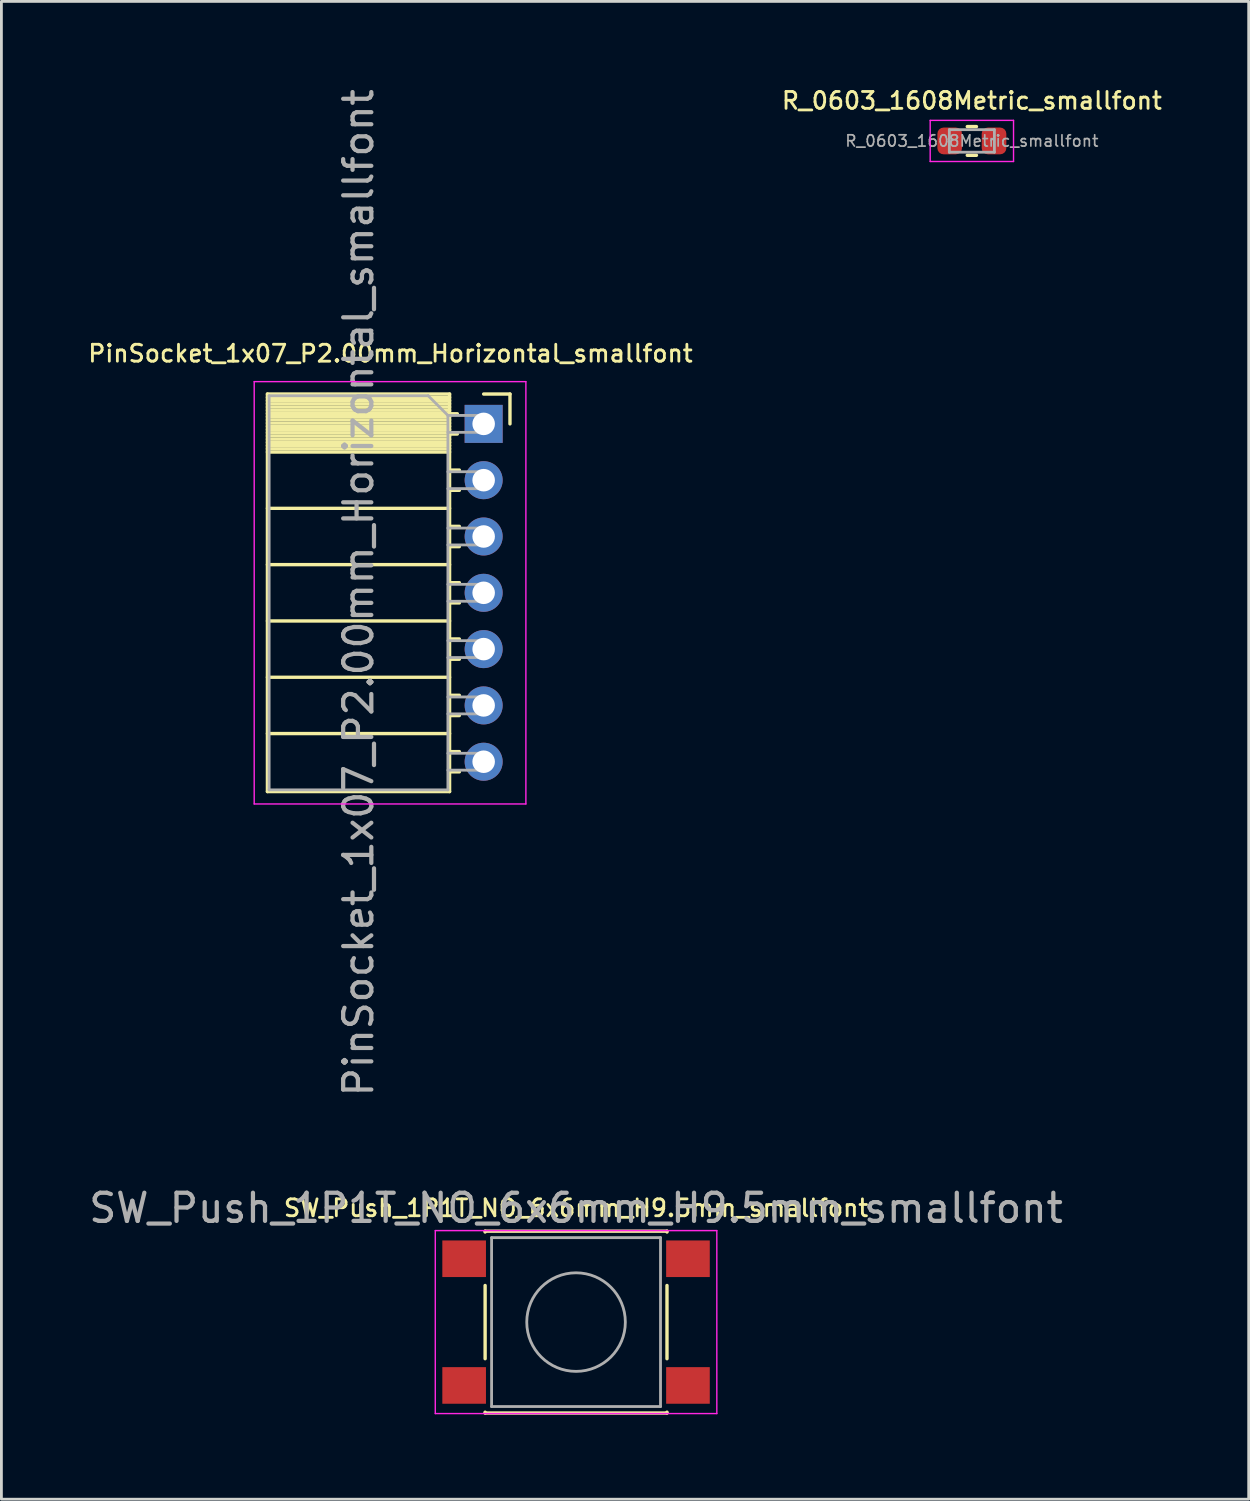
<source format=kicad_pcb>
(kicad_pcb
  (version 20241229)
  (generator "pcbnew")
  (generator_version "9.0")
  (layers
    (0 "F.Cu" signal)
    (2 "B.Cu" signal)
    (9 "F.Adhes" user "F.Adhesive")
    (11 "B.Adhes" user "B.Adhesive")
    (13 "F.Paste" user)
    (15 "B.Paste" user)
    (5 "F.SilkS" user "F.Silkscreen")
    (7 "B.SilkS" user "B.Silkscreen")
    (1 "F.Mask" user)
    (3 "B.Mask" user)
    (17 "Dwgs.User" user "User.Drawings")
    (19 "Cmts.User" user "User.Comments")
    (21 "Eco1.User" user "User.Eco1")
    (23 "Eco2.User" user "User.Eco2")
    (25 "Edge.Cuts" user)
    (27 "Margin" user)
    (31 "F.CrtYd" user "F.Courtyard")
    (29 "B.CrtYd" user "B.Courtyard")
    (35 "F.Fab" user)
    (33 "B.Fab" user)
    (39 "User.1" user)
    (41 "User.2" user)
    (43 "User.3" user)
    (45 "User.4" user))
  (footprint "PinSocket_1x07_P2.00mm_Horizontal_smallfont"
    (layer "F.Cu")
    (at 14.129 12.006)
    (property "Reference" "PinSocket_1x07_P2.00mm_Horizontal_smallfont" (at -3.31 -2.5 0) (layer "F.SilkS") (effects (font (size 0.6 0.6) (thickness 0.1))))
    (attr through_hole)
    (fp_line (start -7.68 -1.06) (end -7.68 13.06) (stroke (width 0.12) (type solid)) (layer "F.SilkS"))
    (fp_line (start -7.68 -1.06) (end -1.21 -1.06) (stroke (width 0.12) (type solid)) (layer "F.SilkS"))
    (fp_line (start -7.68 -0.94) (end -1.21 -0.94) (stroke (width 0.12) (type solid)) (layer "F.SilkS"))
    (fp_line (start -7.68 -0.826) (end -1.21 -0.826) (stroke (width 0.12) (type solid)) (layer "F.SilkS"))
    (fp_line (start -7.68 -0.712) (end -1.21 -0.712) (stroke (width 0.12) (type solid)) (layer "F.SilkS"))
    (fp_line (start -7.68 -0.598) (end -1.21 -0.598) (stroke (width 0.12) (type solid)) (layer "F.SilkS"))
    (fp_line (start -7.68 -0.484) (end -1.21 -0.484) (stroke (width 0.12) (type solid)) (layer "F.SilkS"))
    (fp_line (start -7.68 -0.369) (end -1.21 -0.369) (stroke (width 0.12) (type solid)) (layer "F.SilkS"))
    (fp_line (start -7.68 -0.255) (end -1.21 -0.255) (stroke (width 0.12) (type solid)) (layer "F.SilkS"))
    (fp_line (start -7.68 -0.141) (end -1.21 -0.141) (stroke (width 0.12) (type solid)) (layer "F.SilkS"))
    (fp_line (start -7.68 -0.027) (end -1.21 -0.027) (stroke (width 0.12) (type solid)) (layer "F.SilkS"))
    (fp_line (start -7.68 0.087) (end -1.21 0.087) (stroke (width 0.12) (type solid)) (layer "F.SilkS"))
    (fp_line (start -7.68 0.201) (end -1.21 0.201) (stroke (width 0.12) (type solid)) (layer "F.SilkS"))
    (fp_line (start -7.68 0.315) (end -1.21 0.315) (stroke (width 0.12) (type solid)) (layer "F.SilkS"))
    (fp_line (start -7.68 0.429) (end -1.21 0.429) (stroke (width 0.12) (type solid)) (layer "F.SilkS"))
    (fp_line (start -7.68 0.544) (end -1.21 0.544) (stroke (width 0.12) (type solid)) (layer "F.SilkS"))
    (fp_line (start -7.68 0.658) (end -1.21 0.658) (stroke (width 0.12) (type solid)) (layer "F.SilkS"))
    (fp_line (start -7.68 0.772) (end -1.21 0.772) (stroke (width 0.12) (type solid)) (layer "F.SilkS"))
    (fp_line (start -7.68 0.886) (end -1.21 0.886) (stroke (width 0.12) (type solid)) (layer "F.SilkS"))
    (fp_line (start -7.68 1) (end -1.21 1) (stroke (width 0.12) (type solid)) (layer "F.SilkS"))
    (fp_line (start -7.68 3) (end -1.21 3) (stroke (width 0.12) (type solid)) (layer "F.SilkS"))
    (fp_line (start -7.68 5) (end -1.21 5) (stroke (width 0.12) (type solid)) (layer "F.SilkS"))
    (fp_line (start -7.68 7) (end -1.21 7) (stroke (width 0.12) (type solid)) (layer "F.SilkS"))
    (fp_line (start -7.68 9) (end -1.21 9) (stroke (width 0.12) (type solid)) (layer "F.SilkS"))
    (fp_line (start -7.68 11) (end -1.21 11) (stroke (width 0.12) (type solid)) (layer "F.SilkS"))
    (fp_line (start -7.68 13.06) (end -1.21 13.06) (stroke (width 0.12) (type solid)) (layer "F.SilkS"))
    (fp_line (start -1.21 -1.06) (end -1.21 13.06) (stroke (width 0.12) (type solid)) (layer "F.SilkS"))
    (fp_line (start -1.21 -0.36) (end -0.935 -0.36) (stroke (width 0.12) (type solid)) (layer "F.SilkS"))
    (fp_line (start -1.21 0.36) (end -0.935 0.36) (stroke (width 0.12) (type solid)) (layer "F.SilkS"))
    (fp_line (start -1.21 1.64) (end -0.863 1.64) (stroke (width 0.12) (type solid)) (layer "F.SilkS"))
    (fp_line (start -1.21 2.36) (end -0.863 2.36) (stroke (width 0.12) (type solid)) (layer "F.SilkS"))
    (fp_line (start -1.21 3.64) (end -0.863 3.64) (stroke (width 0.12) (type solid)) (layer "F.SilkS"))
    (fp_line (start -1.21 4.36) (end -0.863 4.36) (stroke (width 0.12) (type solid)) (layer "F.SilkS"))
    (fp_line (start -1.21 5.64) (end -0.863 5.64) (stroke (width 0.12) (type solid)) (layer "F.SilkS"))
    (fp_line (start -1.21 6.36) (end -0.863 6.36) (stroke (width 0.12) (type solid)) (layer "F.SilkS"))
    (fp_line (start -1.21 7.64) (end -0.863 7.64) (stroke (width 0.12) (type solid)) (layer "F.SilkS"))
    (fp_line (start -1.21 8.36) (end -0.863 8.36) (stroke (width 0.12) (type solid)) (layer "F.SilkS"))
    (fp_line (start -1.21 9.64) (end -0.863 9.64) (stroke (width 0.12) (type solid)) (layer "F.SilkS"))
    (fp_line (start -1.21 10.36) (end -0.863 10.36) (stroke (width 0.12) (type solid)) (layer "F.SilkS"))
    (fp_line (start -1.21 11.64) (end -0.863 11.64) (stroke (width 0.12) (type solid)) (layer "F.SilkS"))
    (fp_line (start -1.21 12.36) (end -0.863 12.36) (stroke (width 0.12) (type solid)) (layer "F.SilkS"))
    (fp_line (start 0 -1.06) (end 0.935 -1.06) (stroke (width 0.12) (type solid)) (layer "F.SilkS"))
    (fp_line (start 0.935 -1.06) (end 0.935 0) (stroke (width 0.12) (type solid)) (layer "F.SilkS"))
    (fp_line (start -8.15 -1.5) (end -8.15 13.5) (stroke (width 0.05) (type solid)) (layer "F.CrtYd"))
    (fp_line (start -8.15 13.5) (end 1.5 13.5) (stroke (width 0.05) (type solid)) (layer "F.CrtYd"))
    (fp_line (start 1.5 -1.5) (end -8.15 -1.5) (stroke (width 0.05) (type solid)) (layer "F.CrtYd"))
    (fp_line (start 1.5 13.5) (end 1.5 -1.5) (stroke (width 0.05) (type solid)) (layer "F.CrtYd"))
    (fp_line (start -7.62 -1) (end -1.97 -1) (stroke (width 0.1) (type solid)) (layer "F.Fab"))
    (fp_line (start -7.62 13) (end -7.62 -1) (stroke (width 0.1) (type solid)) (layer "F.Fab"))
    (fp_line (start -1.97 -1) (end -1.27 -0.3) (stroke (width 0.1) (type solid)) (layer "F.Fab"))
    (fp_line (start -1.27 -0.3) (end -1.27 13) (stroke (width 0.1) (type solid)) (layer "F.Fab"))
    (fp_line (start -1.27 0.3) (end 0 0.3) (stroke (width 0.1) (type solid)) (layer "F.Fab"))
    (fp_line (start -1.27 2.3) (end 0 2.3) (stroke (width 0.1) (type solid)) (layer "F.Fab"))
    (fp_line (start -1.27 4.3) (end 0 4.3) (stroke (width 0.1) (type solid)) (layer "F.Fab"))
    (fp_line (start -1.27 6.3) (end 0 6.3) (stroke (width 0.1) (type solid)) (layer "F.Fab"))
    (fp_line (start -1.27 8.3) (end 0 8.3) (stroke (width 0.1) (type solid)) (layer "F.Fab"))
    (fp_line (start -1.27 10.3) (end 0 10.3) (stroke (width 0.1) (type solid)) (layer "F.Fab"))
    (fp_line (start -1.27 12.3) (end 0 12.3) (stroke (width 0.1) (type solid)) (layer "F.Fab"))
    (fp_line (start -1.27 13) (end -7.62 13) (stroke (width 0.1) (type solid)) (layer "F.Fab"))
    (fp_line (start 0 -0.3) (end -1.27 -0.3) (stroke (width 0.1) (type solid)) (layer "F.Fab"))
    (fp_line (start 0 0.3) (end 0 -0.3) (stroke (width 0.1) (type solid)) (layer "F.Fab"))
    (fp_line (start 0 1.7) (end -1.27 1.7) (stroke (width 0.1) (type solid)) (layer "F.Fab"))
    (fp_line (start 0 2.3) (end 0 1.7) (stroke (width 0.1) (type solid)) (layer "F.Fab"))
    (fp_line (start 0 3.7) (end -1.27 3.7) (stroke (width 0.1) (type solid)) (layer "F.Fab"))
    (fp_line (start 0 4.3) (end 0 3.7) (stroke (width 0.1) (type solid)) (layer "F.Fab"))
    (fp_line (start 0 5.7) (end -1.27 5.7) (stroke (width 0.1) (type solid)) (layer "F.Fab"))
    (fp_line (start 0 6.3) (end 0 5.7) (stroke (width 0.1) (type solid)) (layer "F.Fab"))
    (fp_line (start 0 7.7) (end -1.27 7.7) (stroke (width 0.1) (type solid)) (layer "F.Fab"))
    (fp_line (start 0 8.3) (end 0 7.7) (stroke (width 0.1) (type solid)) (layer "F.Fab"))
    (fp_line (start 0 9.7) (end -1.27 9.7) (stroke (width 0.1) (type solid)) (layer "F.Fab"))
    (fp_line (start 0 10.3) (end 0 9.7) (stroke (width 0.1) (type solid)) (layer "F.Fab"))
    (fp_line (start 0 11.7) (end -1.27 11.7) (stroke (width 0.1) (type solid)) (layer "F.Fab"))
    (fp_line (start 0 12.3) (end 0 11.7) (stroke (width 0.1) (type solid)) (layer "F.Fab"))
    (fp_text user "${REFERENCE}" (at -4.445 6 90) (layer "F.Fab") (effects (font (size 1 1) (thickness 0.15))))
    (pad "1" thru_hole rect (at 0 0) (size 1.35 1.35) (drill 0.8) (layers "*.Cu" "*.Mask"))
    (pad "2" thru_hole oval (at 0 2) (size 1.35 1.35) (drill 0.8) (layers "*.Cu" "*.Mask"))
    (pad "3" thru_hole oval (at 0 4) (size 1.35 1.35) (drill 0.8) (layers "*.Cu" "*.Mask"))
    (pad "4" thru_hole oval (at 0 6) (size 1.35 1.35) (drill 0.8) (layers "*.Cu" "*.Mask"))
    (pad "5" thru_hole oval (at 0 8) (size 1.35 1.35) (drill 0.8) (layers "*.Cu" "*.Mask"))
    (pad "6" thru_hole oval (at 0 10) (size 1.35 1.35) (drill 0.8) (layers "*.Cu" "*.Mask"))
    (pad "7" thru_hole oval (at 0 12) (size 1.35 1.35) (drill 0.8) (layers "*.Cu" "*.Mask")))
  (footprint "R_0603_1608Metric_smallfont"
    (layer "F.Cu")
    (at 31.47 1.956)
    (property "Reference" "R_0603_1608Metric_smallfont" (at 0 -1.43 0) (layer "F.SilkS") (effects (font (size 0.6 0.6) (thickness 0.1))))
    (attr smd)
    (fp_line (start -0.163 -0.51) (end 0.163 -0.51) (stroke (width 0.12) (type solid)) (layer "F.SilkS"))
    (fp_line (start -0.163 0.51) (end 0.163 0.51) (stroke (width 0.12) (type solid)) (layer "F.SilkS"))
    (fp_line (start -1.48 -0.73) (end 1.48 -0.73) (stroke (width 0.05) (type solid)) (layer "F.CrtYd"))
    (fp_line (start -1.48 0.73) (end -1.48 -0.73) (stroke (width 0.05) (type solid)) (layer "F.CrtYd"))
    (fp_line (start 1.48 -0.73) (end 1.48 0.73) (stroke (width 0.05) (type solid)) (layer "F.CrtYd"))
    (fp_line (start 1.48 0.73) (end -1.48 0.73) (stroke (width 0.05) (type solid)) (layer "F.CrtYd"))
    (fp_line (start -0.8 -0.4) (end 0.8 -0.4) (stroke (width 0.1) (type solid)) (layer "F.Fab"))
    (fp_line (start -0.8 0.4) (end -0.8 -0.4) (stroke (width 0.1) (type solid)) (layer "F.Fab"))
    (fp_line (start 0.8 -0.4) (end 0.8 0.4) (stroke (width 0.1) (type solid)) (layer "F.Fab"))
    (fp_line (start 0.8 0.4) (end -0.8 0.4) (stroke (width 0.1) (type solid)) (layer "F.Fab"))
    (fp_text user "${REFERENCE}" (at 0 0 0) (layer "F.Fab") (effects (font (size 0.4 0.4) (thickness 0.06))))
    (pad "1" smd roundrect (at -0.787 0) (size 0.875 0.95) (layers "F.Cu" "F.Mask" "F.Paste") (roundrect_rratio 0.25))
    (pad "2" smd roundrect (at 0.787 0) (size 0.875 0.95) (layers "F.Cu" "F.Mask" "F.Paste") (roundrect_rratio 0.25)))
  (footprint "SW_Push_1P1T_NO_6x6mm_H9.5mm_smallfont"
    (layer "F.Cu")
    (at 17.411 43.91)
    (property "Reference" "SW_Push_1P1T_NO_6x6mm_H9.5mm_smallfont" (at 0 -4.05 0) (layer "F.SilkS") (effects (font (size 0.6 0.6) (thickness 0.1))))
    (attr smd)
    (fp_line (start -3.23 -3.23) (end 3.23 -3.23) (stroke (width 0.12) (type solid)) (layer "F.SilkS"))
    (fp_line (start -3.23 -3.2) (end -3.23 -3.23) (stroke (width 0.12) (type solid)) (layer "F.SilkS"))
    (fp_line (start -3.23 -1.3) (end -3.23 1.3) (stroke (width 0.12) (type solid)) (layer "F.SilkS"))
    (fp_line (start -3.23 3.23) (end -3.23 3.2) (stroke (width 0.12) (type solid)) (layer "F.SilkS"))
    (fp_line (start -3.23 3.23) (end 3.23 3.23) (stroke (width 0.12) (type solid)) (layer "F.SilkS"))
    (fp_line (start 3.23 -3.23) (end 3.23 -3.2) (stroke (width 0.12) (type solid)) (layer "F.SilkS"))
    (fp_line (start 3.23 -1.3) (end 3.23 1.3) (stroke (width 0.12) (type solid)) (layer "F.SilkS"))
    (fp_line (start 3.23 3.23) (end 3.23 3.2) (stroke (width 0.12) (type solid)) (layer "F.SilkS"))
    (fp_line (start -5 -3.25) (end -5 3.25) (stroke (width 0.05) (type solid)) (layer "F.CrtYd"))
    (fp_line (start -5 -3.25) (end 5 -3.25) (stroke (width 0.05) (type solid)) (layer "F.CrtYd"))
    (fp_line (start -5 3.25) (end 5 3.25) (stroke (width 0.05) (type solid)) (layer "F.CrtYd"))
    (fp_line (start 5 3.25) (end 5 -3.25) (stroke (width 0.05) (type solid)) (layer "F.CrtYd"))
    (fp_line (start -3 -3) (end -3 3) (stroke (width 0.1) (type solid)) (layer "F.Fab"))
    (fp_line (start -3 3) (end 3 3) (stroke (width 0.1) (type solid)) (layer "F.Fab"))
    (fp_line (start 3 -3) (end -3 -3) (stroke (width 0.1) (type solid)) (layer "F.Fab"))
    (fp_line (start 3 3) (end 3 -3) (stroke (width 0.1) (type solid)) (layer "F.Fab"))
    (fp_circle (center 0 0) (end 1.75 -0.05) (stroke (width 0.1) (type solid)) (fill no) (layer "F.Fab"))
    (fp_text user "${REFERENCE}" (at 0 -4.05 0) (layer "F.Fab") (effects (font (size 1 1) (thickness 0.15))))
    (pad "1" smd rect (at -3.975 -2.25) (size 1.55 1.3) (layers "F.Cu" "F.Mask" "F.Paste"))
    (pad "1" smd rect (at 3.975 -2.25) (size 1.55 1.3) (layers "F.Cu" "F.Mask" "F.Paste"))
    (pad "2" smd rect (at -3.975 2.25) (size 1.55 1.3) (layers "F.Cu" "F.Mask" "F.Paste"))
    (pad "2" smd rect (at 3.975 2.25) (size 1.55 1.3) (layers "F.Cu" "F.Mask" "F.Paste")))
  (gr_rect
    (start -3 -3)
    (end 41.303 50.2)
    (stroke (width 0.1) (type default))
    (fill no)
    (layer "Edge.Cuts")))
</source>
